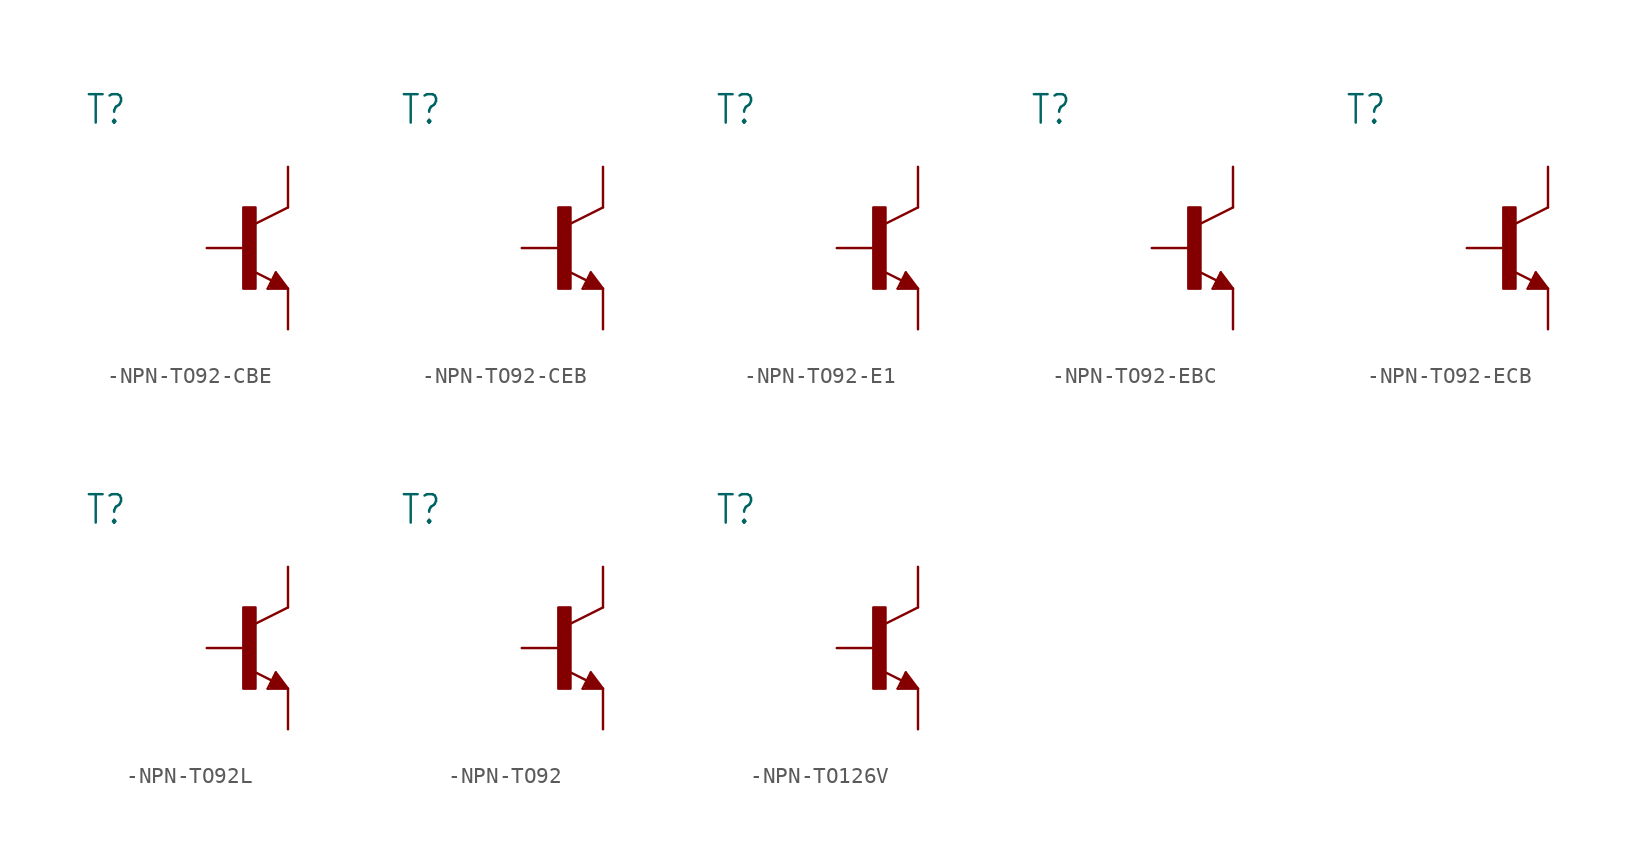
<source format=kicad_sym>
(kicad_symbol_lib
  (version 20231120)
  (generator "kicad_symbol_editor")
  (generator_version "8.0")
  (symbol "-NPN-TO92-CBE"
    (property "Reference" "T"
      (at -10.16 7.62 0)
      (effects (font (size 1.778 1.511)) (justify left bottom)))
    (property "Value" ""
      (at -10.16 5.08 0)
      (effects (font (size 1.778 1.511)) (justify left bottom)))
    (property "ki_locked" ""
      (at 0 0 0)
      (effects (font (size 1.27 1.27))))
    (symbol "-NPN-TO92-CBE_1_0"
      (rectangle (start -0.254 -2.54) (end 0.508 2.54) (stroke (width 0) (type default)) (fill (type outline)))
      (polyline (pts (xy 1.27 -2.54) (xy 1.778 -1.524)) (stroke (width 0.152) (type solid)) (fill (type none)))
      (polyline (pts (xy 1.524 -2.413) (xy 2.286 -2.413)) (stroke (width 0.254) (type solid)) (fill (type none)))
      (polyline (pts (xy 1.524 -2.286) (xy 1.905 -2.286)) (stroke (width 0.254) (type solid)) (fill (type none)))
      (polyline (pts (xy 1.54 -2.04) (xy 0.308 -1.424)) (stroke (width 0.152) (type solid)) (fill (type none)))
      (polyline (pts (xy 1.778 -1.778) (xy 1.524 -2.286)) (stroke (width 0.254) (type solid)) (fill (type none)))
      (polyline (pts (xy 1.778 -1.524) (xy 2.54 -2.54)) (stroke (width 0.152) (type solid)) (fill (type none)))
      (polyline (pts (xy 1.905 -2.286) (xy 1.778 -2.032)) (stroke (width 0.254) (type solid)) (fill (type none)))
      (polyline (pts (xy 2.286 -2.413) (xy 1.778 -1.778)) (stroke (width 0.254) (type solid)) (fill (type none)))
      (polyline (pts (xy 2.54 -2.54) (xy 1.27 -2.54)) (stroke (width 0.152) (type solid)) (fill (type none)))
      (polyline (pts (xy 2.54 2.54) (xy 0.508 1.524)) (stroke (width 0.152) (type solid)) (fill (type none)))
      (pin passive line (at -2.54 0 0) (length 2.54) (name "B" (effects (font (size 0 0)))) (number "B" (effects (font (size 0 0)))))
      (pin passive line (at 2.54 5.08 270) (length 2.54) (name "C" (effects (font (size 0 0)))) (number "C" (effects (font (size 0 0)))))
      (pin passive line (at 2.54 -5.08 90) (length 2.54) (name "E" (effects (font (size 0 0)))) (number "E" (effects (font (size 0 0)))))))
  (symbol "-NPN-TO92-CEB"
    (property "Reference" "T"
      (at -10.16 7.62 0)
      (effects (font (size 1.778 1.511)) (justify left bottom)))
    (property "Value" ""
      (at -10.16 5.08 0)
      (effects (font (size 1.778 1.511)) (justify left bottom)))
    (property "ki_locked" ""
      (at 0 0 0)
      (effects (font (size 1.27 1.27))))
    (symbol "-NPN-TO92-CEB_1_0"
      (rectangle (start -0.254 -2.54) (end 0.508 2.54) (stroke (width 0) (type default)) (fill (type outline)))
      (polyline (pts (xy 1.27 -2.54) (xy 1.778 -1.524)) (stroke (width 0.152) (type solid)) (fill (type none)))
      (polyline (pts (xy 1.524 -2.413) (xy 2.286 -2.413)) (stroke (width 0.254) (type solid)) (fill (type none)))
      (polyline (pts (xy 1.524 -2.286) (xy 1.905 -2.286)) (stroke (width 0.254) (type solid)) (fill (type none)))
      (polyline (pts (xy 1.54 -2.04) (xy 0.308 -1.424)) (stroke (width 0.152) (type solid)) (fill (type none)))
      (polyline (pts (xy 1.778 -1.778) (xy 1.524 -2.286)) (stroke (width 0.254) (type solid)) (fill (type none)))
      (polyline (pts (xy 1.778 -1.524) (xy 2.54 -2.54)) (stroke (width 0.152) (type solid)) (fill (type none)))
      (polyline (pts (xy 1.905 -2.286) (xy 1.778 -2.032)) (stroke (width 0.254) (type solid)) (fill (type none)))
      (polyline (pts (xy 2.286 -2.413) (xy 1.778 -1.778)) (stroke (width 0.254) (type solid)) (fill (type none)))
      (polyline (pts (xy 2.54 -2.54) (xy 1.27 -2.54)) (stroke (width 0.152) (type solid)) (fill (type none)))
      (polyline (pts (xy 2.54 2.54) (xy 0.508 1.524)) (stroke (width 0.152) (type solid)) (fill (type none)))
      (pin passive line (at -2.54 0 0) (length 2.54) (name "B" (effects (font (size 0 0)))) (number "B" (effects (font (size 0 0)))))
      (pin passive line (at 2.54 5.08 270) (length 2.54) (name "C" (effects (font (size 0 0)))) (number "C" (effects (font (size 0 0)))))
      (pin passive line (at 2.54 -5.08 90) (length 2.54) (name "E" (effects (font (size 0 0)))) (number "E" (effects (font (size 0 0)))))))
  (symbol "-NPN-TO92-E1"
    (property "Reference" "T"
      (at -10.16 7.62 0)
      (effects (font (size 1.778 1.511)) (justify left bottom)))
    (property "Value" ""
      (at -10.16 5.08 0)
      (effects (font (size 1.778 1.511)) (justify left bottom)))
    (property "ki_locked" ""
      (at 0 0 0)
      (effects (font (size 1.27 1.27))))
    (symbol "-NPN-TO92-E1_1_0"
      (rectangle (start -0.254 -2.54) (end 0.508 2.54) (stroke (width 0) (type default)) (fill (type outline)))
      (polyline (pts (xy 1.27 -2.54) (xy 1.778 -1.524)) (stroke (width 0.152) (type solid)) (fill (type none)))
      (polyline (pts (xy 1.524 -2.413) (xy 2.286 -2.413)) (stroke (width 0.254) (type solid)) (fill (type none)))
      (polyline (pts (xy 1.524 -2.286) (xy 1.905 -2.286)) (stroke (width 0.254) (type solid)) (fill (type none)))
      (polyline (pts (xy 1.54 -2.04) (xy 0.308 -1.424)) (stroke (width 0.152) (type solid)) (fill (type none)))
      (polyline (pts (xy 1.778 -1.778) (xy 1.524 -2.286)) (stroke (width 0.254) (type solid)) (fill (type none)))
      (polyline (pts (xy 1.778 -1.524) (xy 2.54 -2.54)) (stroke (width 0.152) (type solid)) (fill (type none)))
      (polyline (pts (xy 1.905 -2.286) (xy 1.778 -2.032)) (stroke (width 0.254) (type solid)) (fill (type none)))
      (polyline (pts (xy 2.286 -2.413) (xy 1.778 -1.778)) (stroke (width 0.254) (type solid)) (fill (type none)))
      (polyline (pts (xy 2.54 -2.54) (xy 1.27 -2.54)) (stroke (width 0.152) (type solid)) (fill (type none)))
      (polyline (pts (xy 2.54 2.54) (xy 0.508 1.524)) (stroke (width 0.152) (type solid)) (fill (type none)))
      (pin passive line (at 2.54 5.08 270) (length 2.54) (name "C" (effects (font (size 0 0)))) (number "1" (effects (font (size 0 0)))))
      (pin passive line (at -2.54 0 0) (length 2.54) (name "B" (effects (font (size 0 0)))) (number "2" (effects (font (size 0 0)))))
      (pin passive line (at 2.54 -5.08 90) (length 2.54) (name "E" (effects (font (size 0 0)))) (number "3" (effects (font (size 0 0)))))))
  (symbol "-NPN-TO92-EBC"
    (property "Reference" "T"
      (at -10.16 7.62 0)
      (effects (font (size 1.778 1.511)) (justify left bottom)))
    (property "Value" ""
      (at -10.16 5.08 0)
      (effects (font (size 1.778 1.511)) (justify left bottom)))
    (property "ki_locked" ""
      (at 0 0 0)
      (effects (font (size 1.27 1.27))))
    (symbol "-NPN-TO92-EBC_1_0"
      (rectangle (start -0.254 -2.54) (end 0.508 2.54) (stroke (width 0) (type default)) (fill (type outline)))
      (polyline (pts (xy 1.27 -2.54) (xy 1.778 -1.524)) (stroke (width 0.152) (type solid)) (fill (type none)))
      (polyline (pts (xy 1.524 -2.413) (xy 2.286 -2.413)) (stroke (width 0.254) (type solid)) (fill (type none)))
      (polyline (pts (xy 1.524 -2.286) (xy 1.905 -2.286)) (stroke (width 0.254) (type solid)) (fill (type none)))
      (polyline (pts (xy 1.54 -2.04) (xy 0.308 -1.424)) (stroke (width 0.152) (type solid)) (fill (type none)))
      (polyline (pts (xy 1.778 -1.778) (xy 1.524 -2.286)) (stroke (width 0.254) (type solid)) (fill (type none)))
      (polyline (pts (xy 1.778 -1.524) (xy 2.54 -2.54)) (stroke (width 0.152) (type solid)) (fill (type none)))
      (polyline (pts (xy 1.905 -2.286) (xy 1.778 -2.032)) (stroke (width 0.254) (type solid)) (fill (type none)))
      (polyline (pts (xy 2.286 -2.413) (xy 1.778 -1.778)) (stroke (width 0.254) (type solid)) (fill (type none)))
      (polyline (pts (xy 2.54 -2.54) (xy 1.27 -2.54)) (stroke (width 0.152) (type solid)) (fill (type none)))
      (polyline (pts (xy 2.54 2.54) (xy 0.508 1.524)) (stroke (width 0.152) (type solid)) (fill (type none)))
      (pin passive line (at -2.54 0 0) (length 2.54) (name "B" (effects (font (size 0 0)))) (number "B" (effects (font (size 0 0)))))
      (pin passive line (at 2.54 5.08 270) (length 2.54) (name "C" (effects (font (size 0 0)))) (number "C" (effects (font (size 0 0)))))
      (pin passive line (at 2.54 -5.08 90) (length 2.54) (name "E" (effects (font (size 0 0)))) (number "E" (effects (font (size 0 0)))))))
  (symbol "-NPN-TO92-ECB"
    (property "Reference" "T"
      (at -10.16 7.62 0)
      (effects (font (size 1.778 1.511)) (justify left bottom)))
    (property "Value" ""
      (at -10.16 5.08 0)
      (effects (font (size 1.778 1.511)) (justify left bottom)))
    (property "ki_locked" ""
      (at 0 0 0)
      (effects (font (size 1.27 1.27))))
    (symbol "-NPN-TO92-ECB_1_0"
      (rectangle (start -0.254 -2.54) (end 0.508 2.54) (stroke (width 0) (type default)) (fill (type outline)))
      (polyline (pts (xy 1.27 -2.54) (xy 1.778 -1.524)) (stroke (width 0.152) (type solid)) (fill (type none)))
      (polyline (pts (xy 1.524 -2.413) (xy 2.286 -2.413)) (stroke (width 0.254) (type solid)) (fill (type none)))
      (polyline (pts (xy 1.524 -2.286) (xy 1.905 -2.286)) (stroke (width 0.254) (type solid)) (fill (type none)))
      (polyline (pts (xy 1.54 -2.04) (xy 0.308 -1.424)) (stroke (width 0.152) (type solid)) (fill (type none)))
      (polyline (pts (xy 1.778 -1.778) (xy 1.524 -2.286)) (stroke (width 0.254) (type solid)) (fill (type none)))
      (polyline (pts (xy 1.778 -1.524) (xy 2.54 -2.54)) (stroke (width 0.152) (type solid)) (fill (type none)))
      (polyline (pts (xy 1.905 -2.286) (xy 1.778 -2.032)) (stroke (width 0.254) (type solid)) (fill (type none)))
      (polyline (pts (xy 2.286 -2.413) (xy 1.778 -1.778)) (stroke (width 0.254) (type solid)) (fill (type none)))
      (polyline (pts (xy 2.54 -2.54) (xy 1.27 -2.54)) (stroke (width 0.152) (type solid)) (fill (type none)))
      (polyline (pts (xy 2.54 2.54) (xy 0.508 1.524)) (stroke (width 0.152) (type solid)) (fill (type none)))
      (pin passive line (at -2.54 0 0) (length 2.54) (name "B" (effects (font (size 0 0)))) (number "B" (effects (font (size 0 0)))))
      (pin passive line (at 2.54 5.08 270) (length 2.54) (name "C" (effects (font (size 0 0)))) (number "C" (effects (font (size 0 0)))))
      (pin passive line (at 2.54 -5.08 90) (length 2.54) (name "E" (effects (font (size 0 0)))) (number "E" (effects (font (size 0 0)))))))
  (symbol "-NPN-TO92L"
    (property "Reference" "T"
      (at -10.16 7.62 0)
      (effects (font (size 1.778 1.511)) (justify left bottom)))
    (property "Value" ""
      (at -10.16 5.08 0)
      (effects (font (size 1.778 1.511)) (justify left bottom)))
    (property "ki_locked" ""
      (at 0 0 0)
      (effects (font (size 1.27 1.27))))
    (symbol "-NPN-TO92L_1_0"
      (rectangle (start -0.254 -2.54) (end 0.508 2.54) (stroke (width 0) (type default)) (fill (type outline)))
      (polyline (pts (xy 1.27 -2.54) (xy 1.778 -1.524)) (stroke (width 0.152) (type solid)) (fill (type none)))
      (polyline (pts (xy 1.524 -2.413) (xy 2.286 -2.413)) (stroke (width 0.254) (type solid)) (fill (type none)))
      (polyline (pts (xy 1.524 -2.286) (xy 1.905 -2.286)) (stroke (width 0.254) (type solid)) (fill (type none)))
      (polyline (pts (xy 1.54 -2.04) (xy 0.308 -1.424)) (stroke (width 0.152) (type solid)) (fill (type none)))
      (polyline (pts (xy 1.778 -1.778) (xy 1.524 -2.286)) (stroke (width 0.254) (type solid)) (fill (type none)))
      (polyline (pts (xy 1.778 -1.524) (xy 2.54 -2.54)) (stroke (width 0.152) (type solid)) (fill (type none)))
      (polyline (pts (xy 1.905 -2.286) (xy 1.778 -2.032)) (stroke (width 0.254) (type solid)) (fill (type none)))
      (polyline (pts (xy 2.286 -2.413) (xy 1.778 -1.778)) (stroke (width 0.254) (type solid)) (fill (type none)))
      (polyline (pts (xy 2.54 -2.54) (xy 1.27 -2.54)) (stroke (width 0.152) (type solid)) (fill (type none)))
      (polyline (pts (xy 2.54 2.54) (xy 0.508 1.524)) (stroke (width 0.152) (type solid)) (fill (type none)))
      (pin passive line (at 2.54 -5.08 90) (length 2.54) (name "E" (effects (font (size 0 0)))) (number "1" (effects (font (size 0 0)))))
      (pin passive line (at -2.54 0 0) (length 2.54) (name "B" (effects (font (size 0 0)))) (number "2" (effects (font (size 0 0)))))
      (pin passive line (at 2.54 5.08 270) (length 2.54) (name "C" (effects (font (size 0 0)))) (number "3" (effects (font (size 0 0)))))))
  (symbol "-NPN-TO92"
    (property "Reference" "T"
      (at -10.16 7.62 0)
      (effects (font (size 1.778 1.511)) (justify left bottom)))
    (property "Value" ""
      (at -10.16 5.08 0)
      (effects (font (size 1.778 1.511)) (justify left bottom)))
    (property "ki_locked" ""
      (at 0 0 0)
      (effects (font (size 1.27 1.27))))
    (symbol "-NPN-TO92_1_0"
      (rectangle (start -0.254 -2.54) (end 0.508 2.54) (stroke (width 0) (type default)) (fill (type outline)))
      (polyline (pts (xy 1.27 -2.54) (xy 1.778 -1.524)) (stroke (width 0.152) (type solid)) (fill (type none)))
      (polyline (pts (xy 1.524 -2.413) (xy 2.286 -2.413)) (stroke (width 0.254) (type solid)) (fill (type none)))
      (polyline (pts (xy 1.524 -2.286) (xy 1.905 -2.286)) (stroke (width 0.254) (type solid)) (fill (type none)))
      (polyline (pts (xy 1.54 -2.04) (xy 0.308 -1.424)) (stroke (width 0.152) (type solid)) (fill (type none)))
      (polyline (pts (xy 1.778 -1.778) (xy 1.524 -2.286)) (stroke (width 0.254) (type solid)) (fill (type none)))
      (polyline (pts (xy 1.778 -1.524) (xy 2.54 -2.54)) (stroke (width 0.152) (type solid)) (fill (type none)))
      (polyline (pts (xy 1.905 -2.286) (xy 1.778 -2.032)) (stroke (width 0.254) (type solid)) (fill (type none)))
      (polyline (pts (xy 2.286 -2.413) (xy 1.778 -1.778)) (stroke (width 0.254) (type solid)) (fill (type none)))
      (polyline (pts (xy 2.54 -2.54) (xy 1.27 -2.54)) (stroke (width 0.152) (type solid)) (fill (type none)))
      (polyline (pts (xy 2.54 2.54) (xy 0.508 1.524)) (stroke (width 0.152) (type solid)) (fill (type none)))
      (pin passive line (at 2.54 -5.08 90) (length 2.54) (name "E" (effects (font (size 0 0)))) (number "1" (effects (font (size 0 0)))))
      (pin passive line (at -2.54 0 0) (length 2.54) (name "B" (effects (font (size 0 0)))) (number "2" (effects (font (size 0 0)))))
      (pin passive line (at 2.54 5.08 270) (length 2.54) (name "C" (effects (font (size 0 0)))) (number "3" (effects (font (size 0 0)))))))
  (symbol "-NPN-TO126V"
    (property "Reference" "T"
      (at -10.16 7.62 0)
      (effects (font (size 1.778 1.511)) (justify left bottom)))
    (property "Value" ""
      (at -10.16 5.08 0)
      (effects (font (size 1.778 1.511)) (justify left bottom)))
    (property "ki_locked" ""
      (at 0 0 0)
      (effects (font (size 1.27 1.27))))
    (symbol "-NPN-TO126V_1_0"
      (rectangle (start -0.254 -2.54) (end 0.508 2.54) (stroke (width 0) (type default)) (fill (type outline)))
      (polyline (pts (xy 1.27 -2.54) (xy 1.778 -1.524)) (stroke (width 0.152) (type solid)) (fill (type none)))
      (polyline (pts (xy 1.524 -2.413) (xy 2.286 -2.413)) (stroke (width 0.254) (type solid)) (fill (type none)))
      (polyline (pts (xy 1.524 -2.286) (xy 1.905 -2.286)) (stroke (width 0.254) (type solid)) (fill (type none)))
      (polyline (pts (xy 1.54 -2.04) (xy 0.308 -1.424)) (stroke (width 0.152) (type solid)) (fill (type none)))
      (polyline (pts (xy 1.778 -1.778) (xy 1.524 -2.286)) (stroke (width 0.254) (type solid)) (fill (type none)))
      (polyline (pts (xy 1.778 -1.524) (xy 2.54 -2.54)) (stroke (width 0.152) (type solid)) (fill (type none)))
      (polyline (pts (xy 1.905 -2.286) (xy 1.778 -2.032)) (stroke (width 0.254) (type solid)) (fill (type none)))
      (polyline (pts (xy 2.286 -2.413) (xy 1.778 -1.778)) (stroke (width 0.254) (type solid)) (fill (type none)))
      (polyline (pts (xy 2.54 -2.54) (xy 1.27 -2.54)) (stroke (width 0.152) (type solid)) (fill (type none)))
      (polyline (pts (xy 2.54 2.54) (xy 0.508 1.524)) (stroke (width 0.152) (type solid)) (fill (type none)))
      (pin passive line (at 2.54 -5.08 90) (length 2.54) (name "E" (effects (font (size 0 0)))) (number "1" (effects (font (size 0 0)))))
      (pin passive line (at 2.54 5.08 270) (length 2.54) (name "C" (effects (font (size 0 0)))) (number "2" (effects (font (size 0 0)))))
      (pin passive line (at -2.54 0 0) (length 2.54) (name "B" (effects (font (size 0 0)))) (number "3" (effects (font (size 0 0))))))))
</source>
